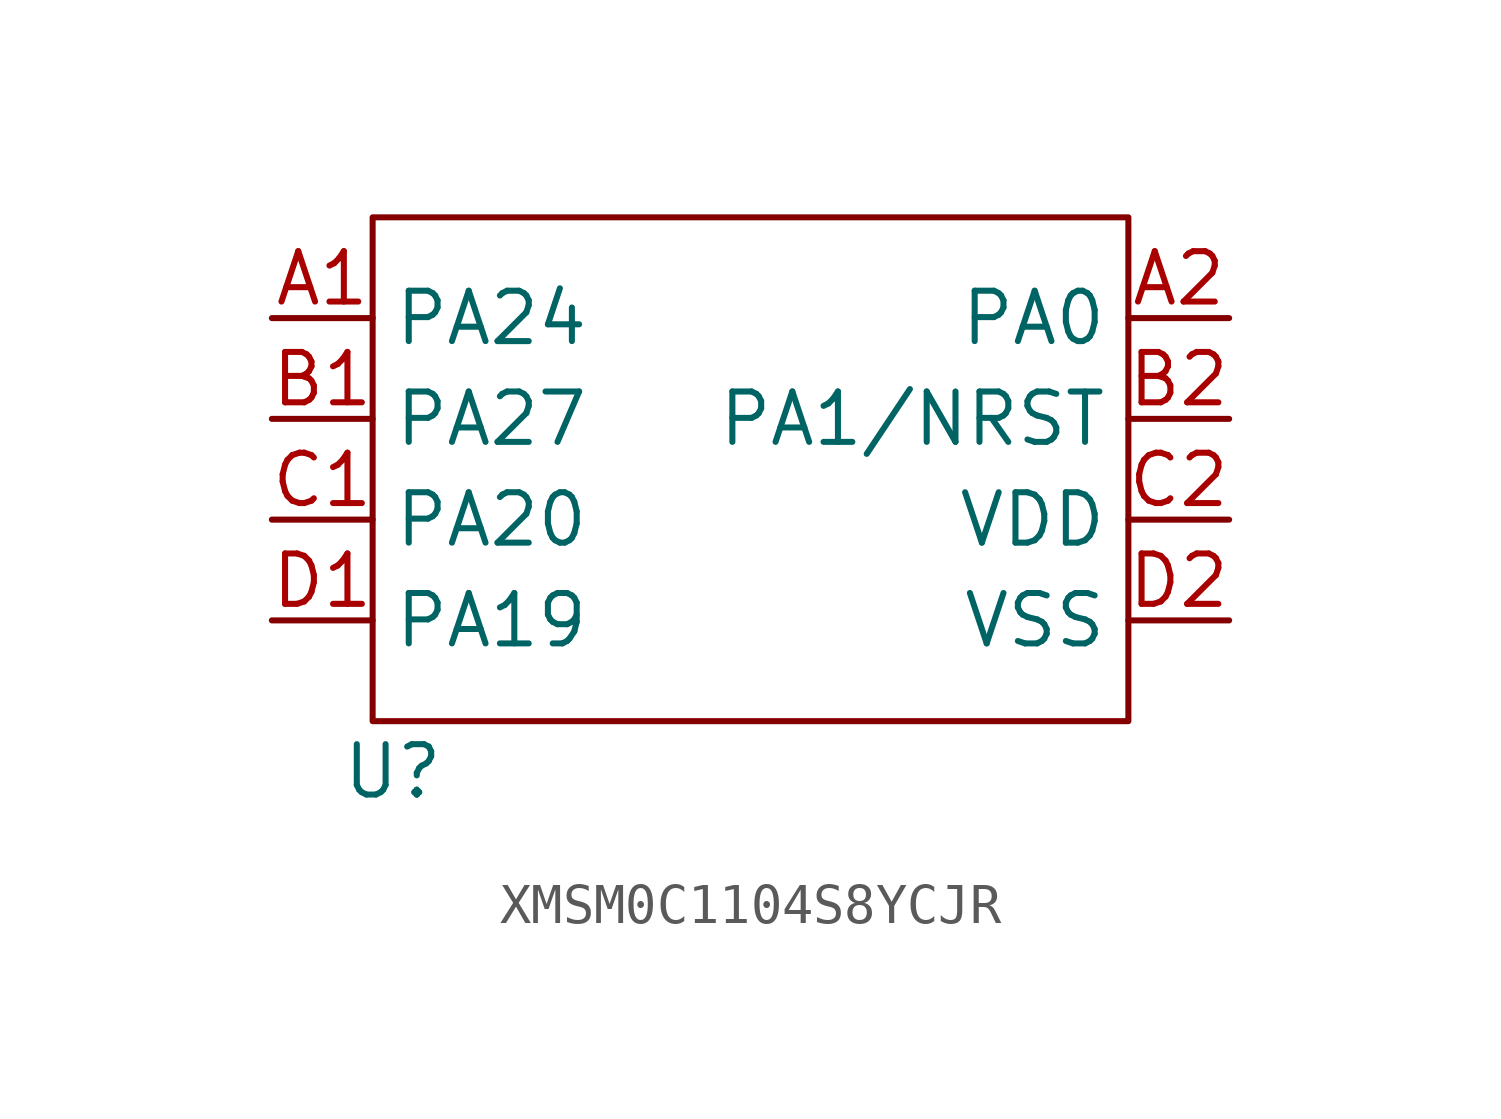
<source format=kicad_sym>
(kicad_symbol_lib
  (version 20241209)
  (generator "kicad_symbol_editor")
  (generator_version "9.0")
  (symbol "XMSM0C1104S8YCJR"
    (property "Reference" "U"
      (at 3.048 -11.43 0)
      (effects (font (size 1.27 1.27))))
    (property "Value" ""
      (at 0 0 0)
      (effects (font (size 1.27 1.27))))
    (symbol "XMSM0C1104S8YCJR_0_1"
      (rectangle (start 2.54 2.54) (end 21.59 -10.16) (stroke (width 0) (type default)) (fill (type none))))
    (symbol "XMSM0C1104S8YCJR_1_1"
      (pin bidirectional line (at 0 0 0) (length 2.54) (name "PA24" (effects (font (size 1.27 1.27)))) (number "A1" (effects (font (size 1.27 1.27)))))
      (pin bidirectional line (at 0 -2.54 0) (length 2.54) (name "PA27" (effects (font (size 1.27 1.27)))) (number "B1" (effects (font (size 1.27 1.27)))))
      (pin bidirectional line (at 0 -5.08 0) (length 2.54) (name "PA20" (effects (font (size 1.27 1.27)))) (number "C1" (effects (font (size 1.27 1.27)))))
      (pin bidirectional line (at 0 -7.62 0) (length 2.54) (name "PA19" (effects (font (size 1.27 1.27)))) (number "D1" (effects (font (size 1.27 1.27)))))
      (pin bidirectional line (at 24.13 0 180) (length 2.54) (name "PA0" (effects (font (size 1.27 1.27)))) (number "A2" (effects (font (size 1.27 1.27)))))
      (pin bidirectional line (at 24.13 -2.54 180) (length 2.54) (name "PA1/NRST" (effects (font (size 1.27 1.27)))) (number "B2" (effects (font (size 1.27 1.27)))))
      (pin power_in line (at 24.13 -5.08 180) (length 2.54) (name "VDD" (effects (font (size 1.27 1.27)))) (number "C2" (effects (font (size 1.27 1.27)))))
      (pin power_in line (at 24.13 -7.62 180) (length 2.54) (name "VSS" (effects (font (size 1.27 1.27)))) (number "D2" (effects (font (size 1.27 1.27))))))))
</source>
